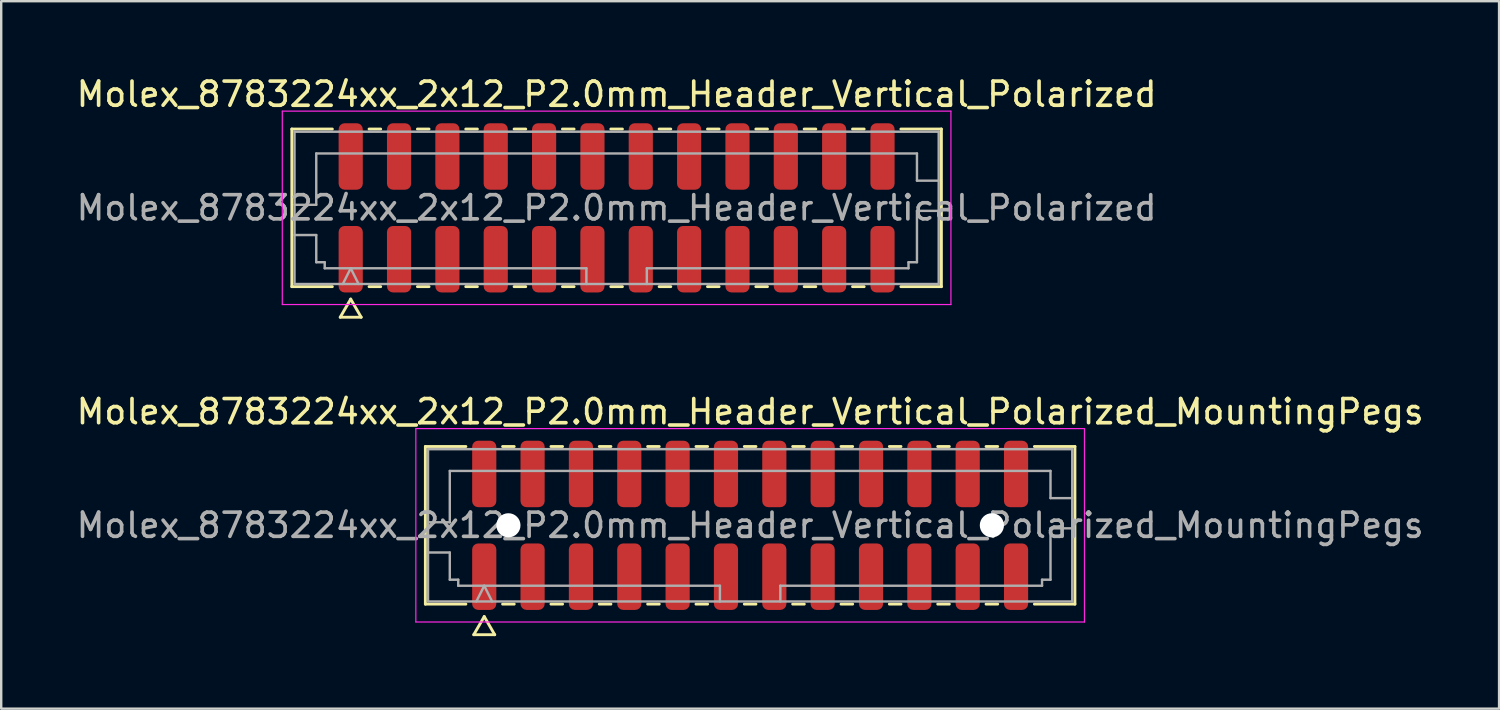
<source format=kicad_pcb>
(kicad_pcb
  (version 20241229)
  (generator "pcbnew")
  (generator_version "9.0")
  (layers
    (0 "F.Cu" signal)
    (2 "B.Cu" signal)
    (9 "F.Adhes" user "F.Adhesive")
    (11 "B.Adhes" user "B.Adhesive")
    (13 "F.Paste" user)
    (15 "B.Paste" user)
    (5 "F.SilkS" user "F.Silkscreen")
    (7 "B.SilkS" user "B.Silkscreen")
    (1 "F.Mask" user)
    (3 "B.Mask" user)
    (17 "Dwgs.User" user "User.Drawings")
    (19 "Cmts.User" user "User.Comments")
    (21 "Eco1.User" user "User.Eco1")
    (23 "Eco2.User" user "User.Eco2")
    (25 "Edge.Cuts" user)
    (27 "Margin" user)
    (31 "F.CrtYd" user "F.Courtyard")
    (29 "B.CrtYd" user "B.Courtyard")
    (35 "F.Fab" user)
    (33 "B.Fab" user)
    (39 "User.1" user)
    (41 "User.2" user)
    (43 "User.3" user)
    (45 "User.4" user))
  (footprint "Molex_8783224xx_2x12_P2.0mm_Header_Vertical_Polarized_MountingPegs"
    (layer "F.Cu")
    (at 27.982 18.681)
    (property "Reference" "Molex_8783224xx_2x12_P2.0mm_Header_Vertical_Polarized_MountingPegs" (at 0 -4.7 0) (layer "F.SilkS") (effects (font (size 1 1) (thickness 0.15))))
    (attr smd)
    (fp_line (start -13.435 -3.26) (end -11.76 -3.26) (stroke (width 0.12) (type solid)) (layer "F.SilkS"))
    (fp_line (start -13.435 3.26) (end -13.435 -3.26) (stroke (width 0.12) (type solid)) (layer "F.SilkS"))
    (fp_line (start -11.76 3.26) (end -13.435 3.26) (stroke (width 0.12) (type solid)) (layer "F.SilkS"))
    (fp_line (start -11.433 4.525) (end -11 3.775) (stroke (width 0.12) (type solid)) (layer "F.SilkS"))
    (fp_line (start -11 3.775) (end -10.567 4.525) (stroke (width 0.12) (type solid)) (layer "F.SilkS"))
    (fp_line (start -10.567 4.525) (end -11.433 4.525) (stroke (width 0.12) (type solid)) (layer "F.SilkS"))
    (fp_line (start -10.24 -3.26) (end -9.76 -3.26) (stroke (width 0.12) (type solid)) (layer "F.SilkS"))
    (fp_line (start -9.76 3.26) (end -10.24 3.26) (stroke (width 0.12) (type solid)) (layer "F.SilkS"))
    (fp_line (start -8.24 -3.26) (end -7.76 -3.26) (stroke (width 0.12) (type solid)) (layer "F.SilkS"))
    (fp_line (start -7.76 3.26) (end -8.24 3.26) (stroke (width 0.12) (type solid)) (layer "F.SilkS"))
    (fp_line (start -6.24 -3.26) (end -5.76 -3.26) (stroke (width 0.12) (type solid)) (layer "F.SilkS"))
    (fp_line (start -5.76 3.26) (end -6.24 3.26) (stroke (width 0.12) (type solid)) (layer "F.SilkS"))
    (fp_line (start -4.24 -3.26) (end -3.76 -3.26) (stroke (width 0.12) (type solid)) (layer "F.SilkS"))
    (fp_line (start -3.76 3.26) (end -4.24 3.26) (stroke (width 0.12) (type solid)) (layer "F.SilkS"))
    (fp_line (start -2.24 -3.26) (end -1.76 -3.26) (stroke (width 0.12) (type solid)) (layer "F.SilkS"))
    (fp_line (start -1.76 3.26) (end -2.24 3.26) (stroke (width 0.12) (type solid)) (layer "F.SilkS"))
    (fp_line (start -0.24 -3.26) (end 0.24 -3.26) (stroke (width 0.12) (type solid)) (layer "F.SilkS"))
    (fp_line (start 0.24 3.26) (end -0.24 3.26) (stroke (width 0.12) (type solid)) (layer "F.SilkS"))
    (fp_line (start 1.76 -3.26) (end 2.24 -3.26) (stroke (width 0.12) (type solid)) (layer "F.SilkS"))
    (fp_line (start 2.24 3.26) (end 1.76 3.26) (stroke (width 0.12) (type solid)) (layer "F.SilkS"))
    (fp_line (start 3.76 -3.26) (end 4.24 -3.26) (stroke (width 0.12) (type solid)) (layer "F.SilkS"))
    (fp_line (start 4.24 3.26) (end 3.76 3.26) (stroke (width 0.12) (type solid)) (layer "F.SilkS"))
    (fp_line (start 5.76 -3.26) (end 6.24 -3.26) (stroke (width 0.12) (type solid)) (layer "F.SilkS"))
    (fp_line (start 6.24 3.26) (end 5.76 3.26) (stroke (width 0.12) (type solid)) (layer "F.SilkS"))
    (fp_line (start 7.76 -3.26) (end 8.24 -3.26) (stroke (width 0.12) (type solid)) (layer "F.SilkS"))
    (fp_line (start 8.24 3.26) (end 7.76 3.26) (stroke (width 0.12) (type solid)) (layer "F.SilkS"))
    (fp_line (start 9.76 -3.26) (end 10.24 -3.26) (stroke (width 0.12) (type solid)) (layer "F.SilkS"))
    (fp_line (start 10.24 3.26) (end 9.76 3.26) (stroke (width 0.12) (type solid)) (layer "F.SilkS"))
    (fp_line (start 11.76 -3.26) (end 13.435 -3.26) (stroke (width 0.12) (type solid)) (layer "F.SilkS"))
    (fp_line (start 13.435 -3.26) (end 13.435 3.26) (stroke (width 0.12) (type solid)) (layer "F.SilkS"))
    (fp_line (start 13.435 3.26) (end 11.76 3.26) (stroke (width 0.12) (type solid)) (layer "F.SilkS"))
    (fp_line (start -13.83 -4) (end -13.83 4) (stroke (width 0.05) (type solid)) (layer "F.CrtYd"))
    (fp_line (start -13.83 4) (end 13.83 4) (stroke (width 0.05) (type solid)) (layer "F.CrtYd"))
    (fp_line (start 13.83 -4) (end -13.83 -4) (stroke (width 0.05) (type solid)) (layer "F.CrtYd"))
    (fp_line (start 13.83 4) (end 13.83 -4) (stroke (width 0.05) (type solid)) (layer "F.CrtYd"))
    (fp_line (start -13.325 -3.15) (end 13.325 -3.15) (stroke (width 0.1) (type solid)) (layer "F.Fab"))
    (fp_line (start -13.325 -0.125) (end -12.425 -0.125) (stroke (width 0.1) (type solid)) (layer "F.Fab"))
    (fp_line (start -13.325 1.125) (end -12.425 1.125) (stroke (width 0.1) (type solid)) (layer "F.Fab"))
    (fp_line (start -13.325 3.15) (end -13.325 -3.15) (stroke (width 0.1) (type solid)) (layer "F.Fab"))
    (fp_line (start -12.425 -2.25) (end 12.425 -2.25) (stroke (width 0.1) (type solid)) (layer "F.Fab"))
    (fp_line (start -12.425 -0.125) (end -12.425 -2.25) (stroke (width 0.1) (type solid)) (layer "F.Fab"))
    (fp_line (start -12.425 1.125) (end -12.425 2.25) (stroke (width 0.1) (type solid)) (layer "F.Fab"))
    (fp_line (start -12.425 2.25) (end -12.075 2.25) (stroke (width 0.1) (type solid)) (layer "F.Fab"))
    (fp_line (start -12.075 2.25) (end -12.075 2.5) (stroke (width 0.1) (type solid)) (layer "F.Fab"))
    (fp_line (start -12.075 2.5) (end -1.25 2.5) (stroke (width 0.1) (type solid)) (layer "F.Fab"))
    (fp_line (start -11.325 3.15) (end -11 2.5) (stroke (width 0.1) (type solid)) (layer "F.Fab"))
    (fp_line (start -11 2.5) (end -10.675 3.15) (stroke (width 0.1) (type solid)) (layer "F.Fab"))
    (fp_line (start -1.25 2.5) (end -1.25 3.15) (stroke (width 0.1) (type solid)) (layer "F.Fab"))
    (fp_line (start 1.25 2.5) (end 1.25 3.15) (stroke (width 0.1) (type solid)) (layer "F.Fab"))
    (fp_line (start 1.25 2.5) (end 12.075 2.5) (stroke (width 0.1) (type solid)) (layer "F.Fab"))
    (fp_line (start 12.075 2.25) (end 12.425 2.25) (stroke (width 0.1) (type solid)) (layer "F.Fab"))
    (fp_line (start 12.075 2.5) (end 12.075 2.25) (stroke (width 0.1) (type solid)) (layer "F.Fab"))
    (fp_line (start 12.425 -2.25) (end 12.425 -1.125) (stroke (width 0.1) (type solid)) (layer "F.Fab"))
    (fp_line (start 12.425 -1.125) (end 13.325 -1.125) (stroke (width 0.1) (type solid)) (layer "F.Fab"))
    (fp_line (start 12.425 0.125) (end 13.325 0.125) (stroke (width 0.1) (type solid)) (layer "F.Fab"))
    (fp_line (start 12.425 2.25) (end 12.425 0.125) (stroke (width 0.1) (type solid)) (layer "F.Fab"))
    (fp_line (start 13.325 -3.15) (end 13.325 3.15) (stroke (width 0.1) (type solid)) (layer "F.Fab"))
    (fp_line (start 13.325 3.15) (end -13.325 3.15) (stroke (width 0.1) (type solid)) (layer "F.Fab"))
    (fp_text user "${REFERENCE}" (at 0 0 0) (layer "F.Fab") (effects (font (size 1 1) (thickness 0.15))))
    (pad "" np_thru_hole circle (at -10 0) (size 1 1) (drill 1) (layers "*.Cu" "*.Mask"))
    (pad "" np_thru_hole circle (at 10 0) (size 1 1) (drill 1) (layers "*.Cu" "*.Mask"))
    (pad "1" smd roundrect (at -11 2.125) (size 1 2.75) (layers "F.Cu" "F.Mask" "F.Paste") (roundrect_rratio 0.25))
    (pad "2" smd roundrect (at -11 -2.125) (size 1 2.75) (layers "F.Cu" "F.Mask" "F.Paste") (roundrect_rratio 0.25))
    (pad "3" smd roundrect (at -9 2.125) (size 1 2.75) (layers "F.Cu" "F.Mask" "F.Paste") (roundrect_rratio 0.25))
    (pad "4" smd roundrect (at -9 -2.125) (size 1 2.75) (layers "F.Cu" "F.Mask" "F.Paste") (roundrect_rratio 0.25))
    (pad "5" smd roundrect (at -7 2.125) (size 1 2.75) (layers "F.Cu" "F.Mask" "F.Paste") (roundrect_rratio 0.25))
    (pad "6" smd roundrect (at -7 -2.125) (size 1 2.75) (layers "F.Cu" "F.Mask" "F.Paste") (roundrect_rratio 0.25))
    (pad "7" smd roundrect (at -5 2.125) (size 1 2.75) (layers "F.Cu" "F.Mask" "F.Paste") (roundrect_rratio 0.25))
    (pad "8" smd roundrect (at -5 -2.125) (size 1 2.75) (layers "F.Cu" "F.Mask" "F.Paste") (roundrect_rratio 0.25))
    (pad "9" smd roundrect (at -3 2.125) (size 1 2.75) (layers "F.Cu" "F.Mask" "F.Paste") (roundrect_rratio 0.25))
    (pad "10" smd roundrect (at -3 -2.125) (size 1 2.75) (layers "F.Cu" "F.Mask" "F.Paste") (roundrect_rratio 0.25))
    (pad "11" smd roundrect (at -1 2.125) (size 1 2.75) (layers "F.Cu" "F.Mask" "F.Paste") (roundrect_rratio 0.25))
    (pad "12" smd roundrect (at -1 -2.125) (size 1 2.75) (layers "F.Cu" "F.Mask" "F.Paste") (roundrect_rratio 0.25))
    (pad "13" smd roundrect (at 1 2.125) (size 1 2.75) (layers "F.Cu" "F.Mask" "F.Paste") (roundrect_rratio 0.25))
    (pad "14" smd roundrect (at 1 -2.125) (size 1 2.75) (layers "F.Cu" "F.Mask" "F.Paste") (roundrect_rratio 0.25))
    (pad "15" smd roundrect (at 3 2.125) (size 1 2.75) (layers "F.Cu" "F.Mask" "F.Paste") (roundrect_rratio 0.25))
    (pad "16" smd roundrect (at 3 -2.125) (size 1 2.75) (layers "F.Cu" "F.Mask" "F.Paste") (roundrect_rratio 0.25))
    (pad "17" smd roundrect (at 5 2.125) (size 1 2.75) (layers "F.Cu" "F.Mask" "F.Paste") (roundrect_rratio 0.25))
    (pad "18" smd roundrect (at 5 -2.125) (size 1 2.75) (layers "F.Cu" "F.Mask" "F.Paste") (roundrect_rratio 0.25))
    (pad "19" smd roundrect (at 7 2.125) (size 1 2.75) (layers "F.Cu" "F.Mask" "F.Paste") (roundrect_rratio 0.25))
    (pad "20" smd roundrect (at 7 -2.125) (size 1 2.75) (layers "F.Cu" "F.Mask" "F.Paste") (roundrect_rratio 0.25))
    (pad "21" smd roundrect (at 9 2.125) (size 1 2.75) (layers "F.Cu" "F.Mask" "F.Paste") (roundrect_rratio 0.25))
    (pad "22" smd roundrect (at 9 -2.125) (size 1 2.75) (layers "F.Cu" "F.Mask" "F.Paste") (roundrect_rratio 0.25))
    (pad "23" smd roundrect (at 11 2.125) (size 1 2.75) (layers "F.Cu" "F.Mask" "F.Paste") (roundrect_rratio 0.25))
    (pad "24" smd roundrect (at 11 -2.125) (size 1 2.75) (layers "F.Cu" "F.Mask" "F.Paste") (roundrect_rratio 0.25)))
  (footprint "Molex_8783224xx_2x12_P2.0mm_Header_Vertical_Polarized"
    (layer "F.Cu")
    (at 22.458 5.548)
    (property "Reference" "Molex_8783224xx_2x12_P2.0mm_Header_Vertical_Polarized" (at 0 -4.7 0) (layer "F.SilkS") (effects (font (size 1 1) (thickness 0.15))))
    (attr smd)
    (fp_line (start -13.435 -3.26) (end -11.76 -3.26) (stroke (width 0.12) (type solid)) (layer "F.SilkS"))
    (fp_line (start -13.435 3.26) (end -13.435 -3.26) (stroke (width 0.12) (type solid)) (layer "F.SilkS"))
    (fp_line (start -11.76 3.26) (end -13.435 3.26) (stroke (width 0.12) (type solid)) (layer "F.SilkS"))
    (fp_line (start -11.433 4.525) (end -11 3.775) (stroke (width 0.12) (type solid)) (layer "F.SilkS"))
    (fp_line (start -11 3.775) (end -10.567 4.525) (stroke (width 0.12) (type solid)) (layer "F.SilkS"))
    (fp_line (start -10.567 4.525) (end -11.433 4.525) (stroke (width 0.12) (type solid)) (layer "F.SilkS"))
    (fp_line (start -10.24 -3.26) (end -9.76 -3.26) (stroke (width 0.12) (type solid)) (layer "F.SilkS"))
    (fp_line (start -9.76 3.26) (end -10.24 3.26) (stroke (width 0.12) (type solid)) (layer "F.SilkS"))
    (fp_line (start -8.24 -3.26) (end -7.76 -3.26) (stroke (width 0.12) (type solid)) (layer "F.SilkS"))
    (fp_line (start -7.76 3.26) (end -8.24 3.26) (stroke (width 0.12) (type solid)) (layer "F.SilkS"))
    (fp_line (start -6.24 -3.26) (end -5.76 -3.26) (stroke (width 0.12) (type solid)) (layer "F.SilkS"))
    (fp_line (start -5.76 3.26) (end -6.24 3.26) (stroke (width 0.12) (type solid)) (layer "F.SilkS"))
    (fp_line (start -4.24 -3.26) (end -3.76 -3.26) (stroke (width 0.12) (type solid)) (layer "F.SilkS"))
    (fp_line (start -3.76 3.26) (end -4.24 3.26) (stroke (width 0.12) (type solid)) (layer "F.SilkS"))
    (fp_line (start -2.24 -3.26) (end -1.76 -3.26) (stroke (width 0.12) (type solid)) (layer "F.SilkS"))
    (fp_line (start -1.76 3.26) (end -2.24 3.26) (stroke (width 0.12) (type solid)) (layer "F.SilkS"))
    (fp_line (start -0.24 -3.26) (end 0.24 -3.26) (stroke (width 0.12) (type solid)) (layer "F.SilkS"))
    (fp_line (start 0.24 3.26) (end -0.24 3.26) (stroke (width 0.12) (type solid)) (layer "F.SilkS"))
    (fp_line (start 1.76 -3.26) (end 2.24 -3.26) (stroke (width 0.12) (type solid)) (layer "F.SilkS"))
    (fp_line (start 2.24 3.26) (end 1.76 3.26) (stroke (width 0.12) (type solid)) (layer "F.SilkS"))
    (fp_line (start 3.76 -3.26) (end 4.24 -3.26) (stroke (width 0.12) (type solid)) (layer "F.SilkS"))
    (fp_line (start 4.24 3.26) (end 3.76 3.26) (stroke (width 0.12) (type solid)) (layer "F.SilkS"))
    (fp_line (start 5.76 -3.26) (end 6.24 -3.26) (stroke (width 0.12) (type solid)) (layer "F.SilkS"))
    (fp_line (start 6.24 3.26) (end 5.76 3.26) (stroke (width 0.12) (type solid)) (layer "F.SilkS"))
    (fp_line (start 7.76 -3.26) (end 8.24 -3.26) (stroke (width 0.12) (type solid)) (layer "F.SilkS"))
    (fp_line (start 8.24 3.26) (end 7.76 3.26) (stroke (width 0.12) (type solid)) (layer "F.SilkS"))
    (fp_line (start 9.76 -3.26) (end 10.24 -3.26) (stroke (width 0.12) (type solid)) (layer "F.SilkS"))
    (fp_line (start 10.24 3.26) (end 9.76 3.26) (stroke (width 0.12) (type solid)) (layer "F.SilkS"))
    (fp_line (start 11.76 -3.26) (end 13.435 -3.26) (stroke (width 0.12) (type solid)) (layer "F.SilkS"))
    (fp_line (start 13.435 -3.26) (end 13.435 3.26) (stroke (width 0.12) (type solid)) (layer "F.SilkS"))
    (fp_line (start 13.435 3.26) (end 11.76 3.26) (stroke (width 0.12) (type solid)) (layer "F.SilkS"))
    (fp_line (start -13.83 -4) (end -13.83 4) (stroke (width 0.05) (type solid)) (layer "F.CrtYd"))
    (fp_line (start -13.83 4) (end 13.83 4) (stroke (width 0.05) (type solid)) (layer "F.CrtYd"))
    (fp_line (start 13.83 -4) (end -13.83 -4) (stroke (width 0.05) (type solid)) (layer "F.CrtYd"))
    (fp_line (start 13.83 4) (end 13.83 -4) (stroke (width 0.05) (type solid)) (layer "F.CrtYd"))
    (fp_line (start -13.325 -3.15) (end 13.325 -3.15) (stroke (width 0.1) (type solid)) (layer "F.Fab"))
    (fp_line (start -13.325 -0.125) (end -12.425 -0.125) (stroke (width 0.1) (type solid)) (layer "F.Fab"))
    (fp_line (start -13.325 1.125) (end -12.425 1.125) (stroke (width 0.1) (type solid)) (layer "F.Fab"))
    (fp_line (start -13.325 3.15) (end -13.325 -3.15) (stroke (width 0.1) (type solid)) (layer "F.Fab"))
    (fp_line (start -12.425 -2.25) (end 12.425 -2.25) (stroke (width 0.1) (type solid)) (layer "F.Fab"))
    (fp_line (start -12.425 -0.125) (end -12.425 -2.25) (stroke (width 0.1) (type solid)) (layer "F.Fab"))
    (fp_line (start -12.425 1.125) (end -12.425 2.25) (stroke (width 0.1) (type solid)) (layer "F.Fab"))
    (fp_line (start -12.425 2.25) (end -12.075 2.25) (stroke (width 0.1) (type solid)) (layer "F.Fab"))
    (fp_line (start -12.075 2.25) (end -12.075 2.5) (stroke (width 0.1) (type solid)) (layer "F.Fab"))
    (fp_line (start -12.075 2.5) (end -1.25 2.5) (stroke (width 0.1) (type solid)) (layer "F.Fab"))
    (fp_line (start -11.325 3.15) (end -11 2.5) (stroke (width 0.1) (type solid)) (layer "F.Fab"))
    (fp_line (start -11 2.5) (end -10.675 3.15) (stroke (width 0.1) (type solid)) (layer "F.Fab"))
    (fp_line (start -1.25 2.5) (end -1.25 3.15) (stroke (width 0.1) (type solid)) (layer "F.Fab"))
    (fp_line (start 1.25 2.5) (end 1.25 3.15) (stroke (width 0.1) (type solid)) (layer "F.Fab"))
    (fp_line (start 1.25 2.5) (end 12.075 2.5) (stroke (width 0.1) (type solid)) (layer "F.Fab"))
    (fp_line (start 12.075 2.25) (end 12.425 2.25) (stroke (width 0.1) (type solid)) (layer "F.Fab"))
    (fp_line (start 12.075 2.5) (end 12.075 2.25) (stroke (width 0.1) (type solid)) (layer "F.Fab"))
    (fp_line (start 12.425 -2.25) (end 12.425 -1.125) (stroke (width 0.1) (type solid)) (layer "F.Fab"))
    (fp_line (start 12.425 -1.125) (end 13.325 -1.125) (stroke (width 0.1) (type solid)) (layer "F.Fab"))
    (fp_line (start 12.425 0.125) (end 13.325 0.125) (stroke (width 0.1) (type solid)) (layer "F.Fab"))
    (fp_line (start 12.425 2.25) (end 12.425 0.125) (stroke (width 0.1) (type solid)) (layer "F.Fab"))
    (fp_line (start 13.325 -3.15) (end 13.325 3.15) (stroke (width 0.1) (type solid)) (layer "F.Fab"))
    (fp_line (start 13.325 3.15) (end -13.325 3.15) (stroke (width 0.1) (type solid)) (layer "F.Fab"))
    (fp_text user "${REFERENCE}" (at 0 0 0) (layer "F.Fab") (effects (font (size 1 1) (thickness 0.15))))
    (pad "1" smd roundrect (at -11 2.125) (size 1 2.75) (layers "F.Cu" "F.Mask" "F.Paste") (roundrect_rratio 0.25))
    (pad "2" smd roundrect (at -11 -2.125) (size 1 2.75) (layers "F.Cu" "F.Mask" "F.Paste") (roundrect_rratio 0.25))
    (pad "3" smd roundrect (at -9 2.125) (size 1 2.75) (layers "F.Cu" "F.Mask" "F.Paste") (roundrect_rratio 0.25))
    (pad "4" smd roundrect (at -9 -2.125) (size 1 2.75) (layers "F.Cu" "F.Mask" "F.Paste") (roundrect_rratio 0.25))
    (pad "5" smd roundrect (at -7 2.125) (size 1 2.75) (layers "F.Cu" "F.Mask" "F.Paste") (roundrect_rratio 0.25))
    (pad "6" smd roundrect (at -7 -2.125) (size 1 2.75) (layers "F.Cu" "F.Mask" "F.Paste") (roundrect_rratio 0.25))
    (pad "7" smd roundrect (at -5 2.125) (size 1 2.75) (layers "F.Cu" "F.Mask" "F.Paste") (roundrect_rratio 0.25))
    (pad "8" smd roundrect (at -5 -2.125) (size 1 2.75) (layers "F.Cu" "F.Mask" "F.Paste") (roundrect_rratio 0.25))
    (pad "9" smd roundrect (at -3 2.125) (size 1 2.75) (layers "F.Cu" "F.Mask" "F.Paste") (roundrect_rratio 0.25))
    (pad "10" smd roundrect (at -3 -2.125) (size 1 2.75) (layers "F.Cu" "F.Mask" "F.Paste") (roundrect_rratio 0.25))
    (pad "11" smd roundrect (at -1 2.125) (size 1 2.75) (layers "F.Cu" "F.Mask" "F.Paste") (roundrect_rratio 0.25))
    (pad "12" smd roundrect (at -1 -2.125) (size 1 2.75) (layers "F.Cu" "F.Mask" "F.Paste") (roundrect_rratio 0.25))
    (pad "13" smd roundrect (at 1 2.125) (size 1 2.75) (layers "F.Cu" "F.Mask" "F.Paste") (roundrect_rratio 0.25))
    (pad "14" smd roundrect (at 1 -2.125) (size 1 2.75) (layers "F.Cu" "F.Mask" "F.Paste") (roundrect_rratio 0.25))
    (pad "15" smd roundrect (at 3 2.125) (size 1 2.75) (layers "F.Cu" "F.Mask" "F.Paste") (roundrect_rratio 0.25))
    (pad "16" smd roundrect (at 3 -2.125) (size 1 2.75) (layers "F.Cu" "F.Mask" "F.Paste") (roundrect_rratio 0.25))
    (pad "17" smd roundrect (at 5 2.125) (size 1 2.75) (layers "F.Cu" "F.Mask" "F.Paste") (roundrect_rratio 0.25))
    (pad "18" smd roundrect (at 5 -2.125) (size 1 2.75) (layers "F.Cu" "F.Mask" "F.Paste") (roundrect_rratio 0.25))
    (pad "19" smd roundrect (at 7 2.125) (size 1 2.75) (layers "F.Cu" "F.Mask" "F.Paste") (roundrect_rratio 0.25))
    (pad "20" smd roundrect (at 7 -2.125) (size 1 2.75) (layers "F.Cu" "F.Mask" "F.Paste") (roundrect_rratio 0.25))
    (pad "21" smd roundrect (at 9 2.125) (size 1 2.75) (layers "F.Cu" "F.Mask" "F.Paste") (roundrect_rratio 0.25))
    (pad "22" smd roundrect (at 9 -2.125) (size 1 2.75) (layers "F.Cu" "F.Mask" "F.Paste") (roundrect_rratio 0.25))
    (pad "23" smd roundrect (at 11 2.125) (size 1 2.75) (layers "F.Cu" "F.Mask" "F.Paste") (roundrect_rratio 0.25))
    (pad "24" smd roundrect (at 11 -2.125) (size 1 2.75) (layers "F.Cu" "F.Mask" "F.Paste") (roundrect_rratio 0.25)))
  (gr_rect
    (start -3 -3)
    (end 58.964 26.267)
    (stroke (width 0.1) (type default))
    (fill no)
    (layer "Edge.Cuts")))
</source>
